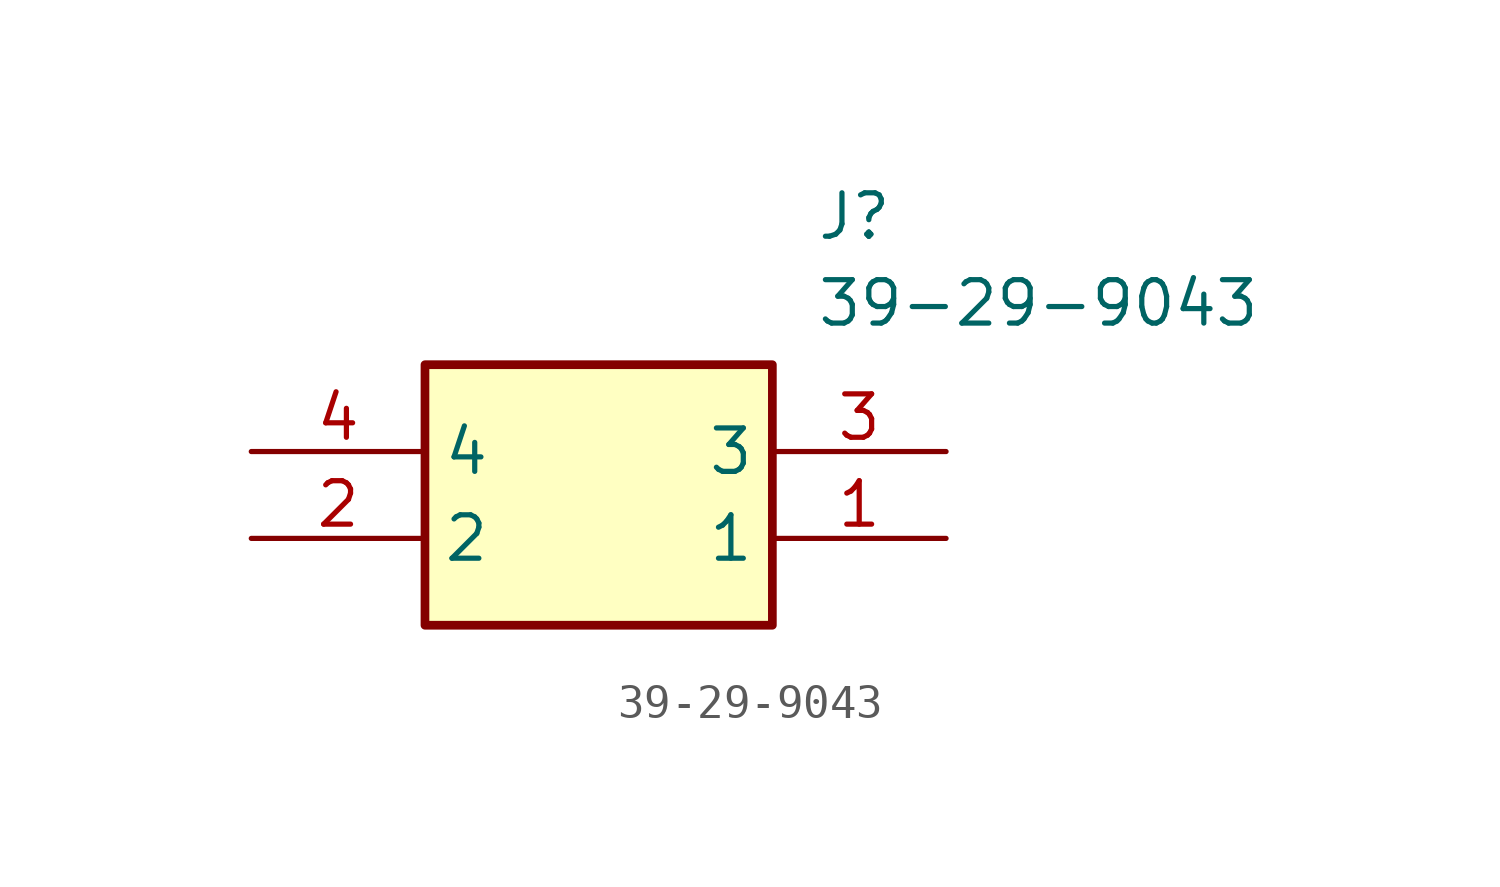
<source format=kicad_sym>
(kicad_symbol_lib
  (version 20211014)
  (generator SamacSys_ECAD_Model)
  (symbol "39-29-9043"
    (property "Reference" "J"
      (at 16.51 7.62 0)
      (effects (font (size 1.27 1.27)) (justify left top)))
    (property "Value" "39-29-9043"
      (at 16.51 5.08 0)
      (effects (font (size 1.27 1.27)) (justify left top)))
    (rectangle
      (start 5.08 2.54)
      (end 15.24 -5.08)
      (stroke (width 0.254) (type default))
      (fill (type background)))
    (pin passive line
      (at 20.32 -2.54 180)
      (length 5.08)
      (name "1" (effects (font (size 1.27 1.27))))
      (number "1" (effects (font (size 1.27 1.27)))))
    (pin passive line
      (at 0 -2.54 0)
      (length 5.08)
      (name "2" (effects (font (size 1.27 1.27))))
      (number "2" (effects (font (size 1.27 1.27)))))
    (pin passive line
      (at 20.32 0 180)
      (length 5.08)
      (name "3" (effects (font (size 1.27 1.27))))
      (number "3" (effects (font (size 1.27 1.27)))))
    (pin passive line
      (at 0 0 0)
      (length 5.08)
      (name "4" (effects (font (size 1.27 1.27))))
      (number "4" (effects (font (size 1.27 1.27)))))))
</source>
